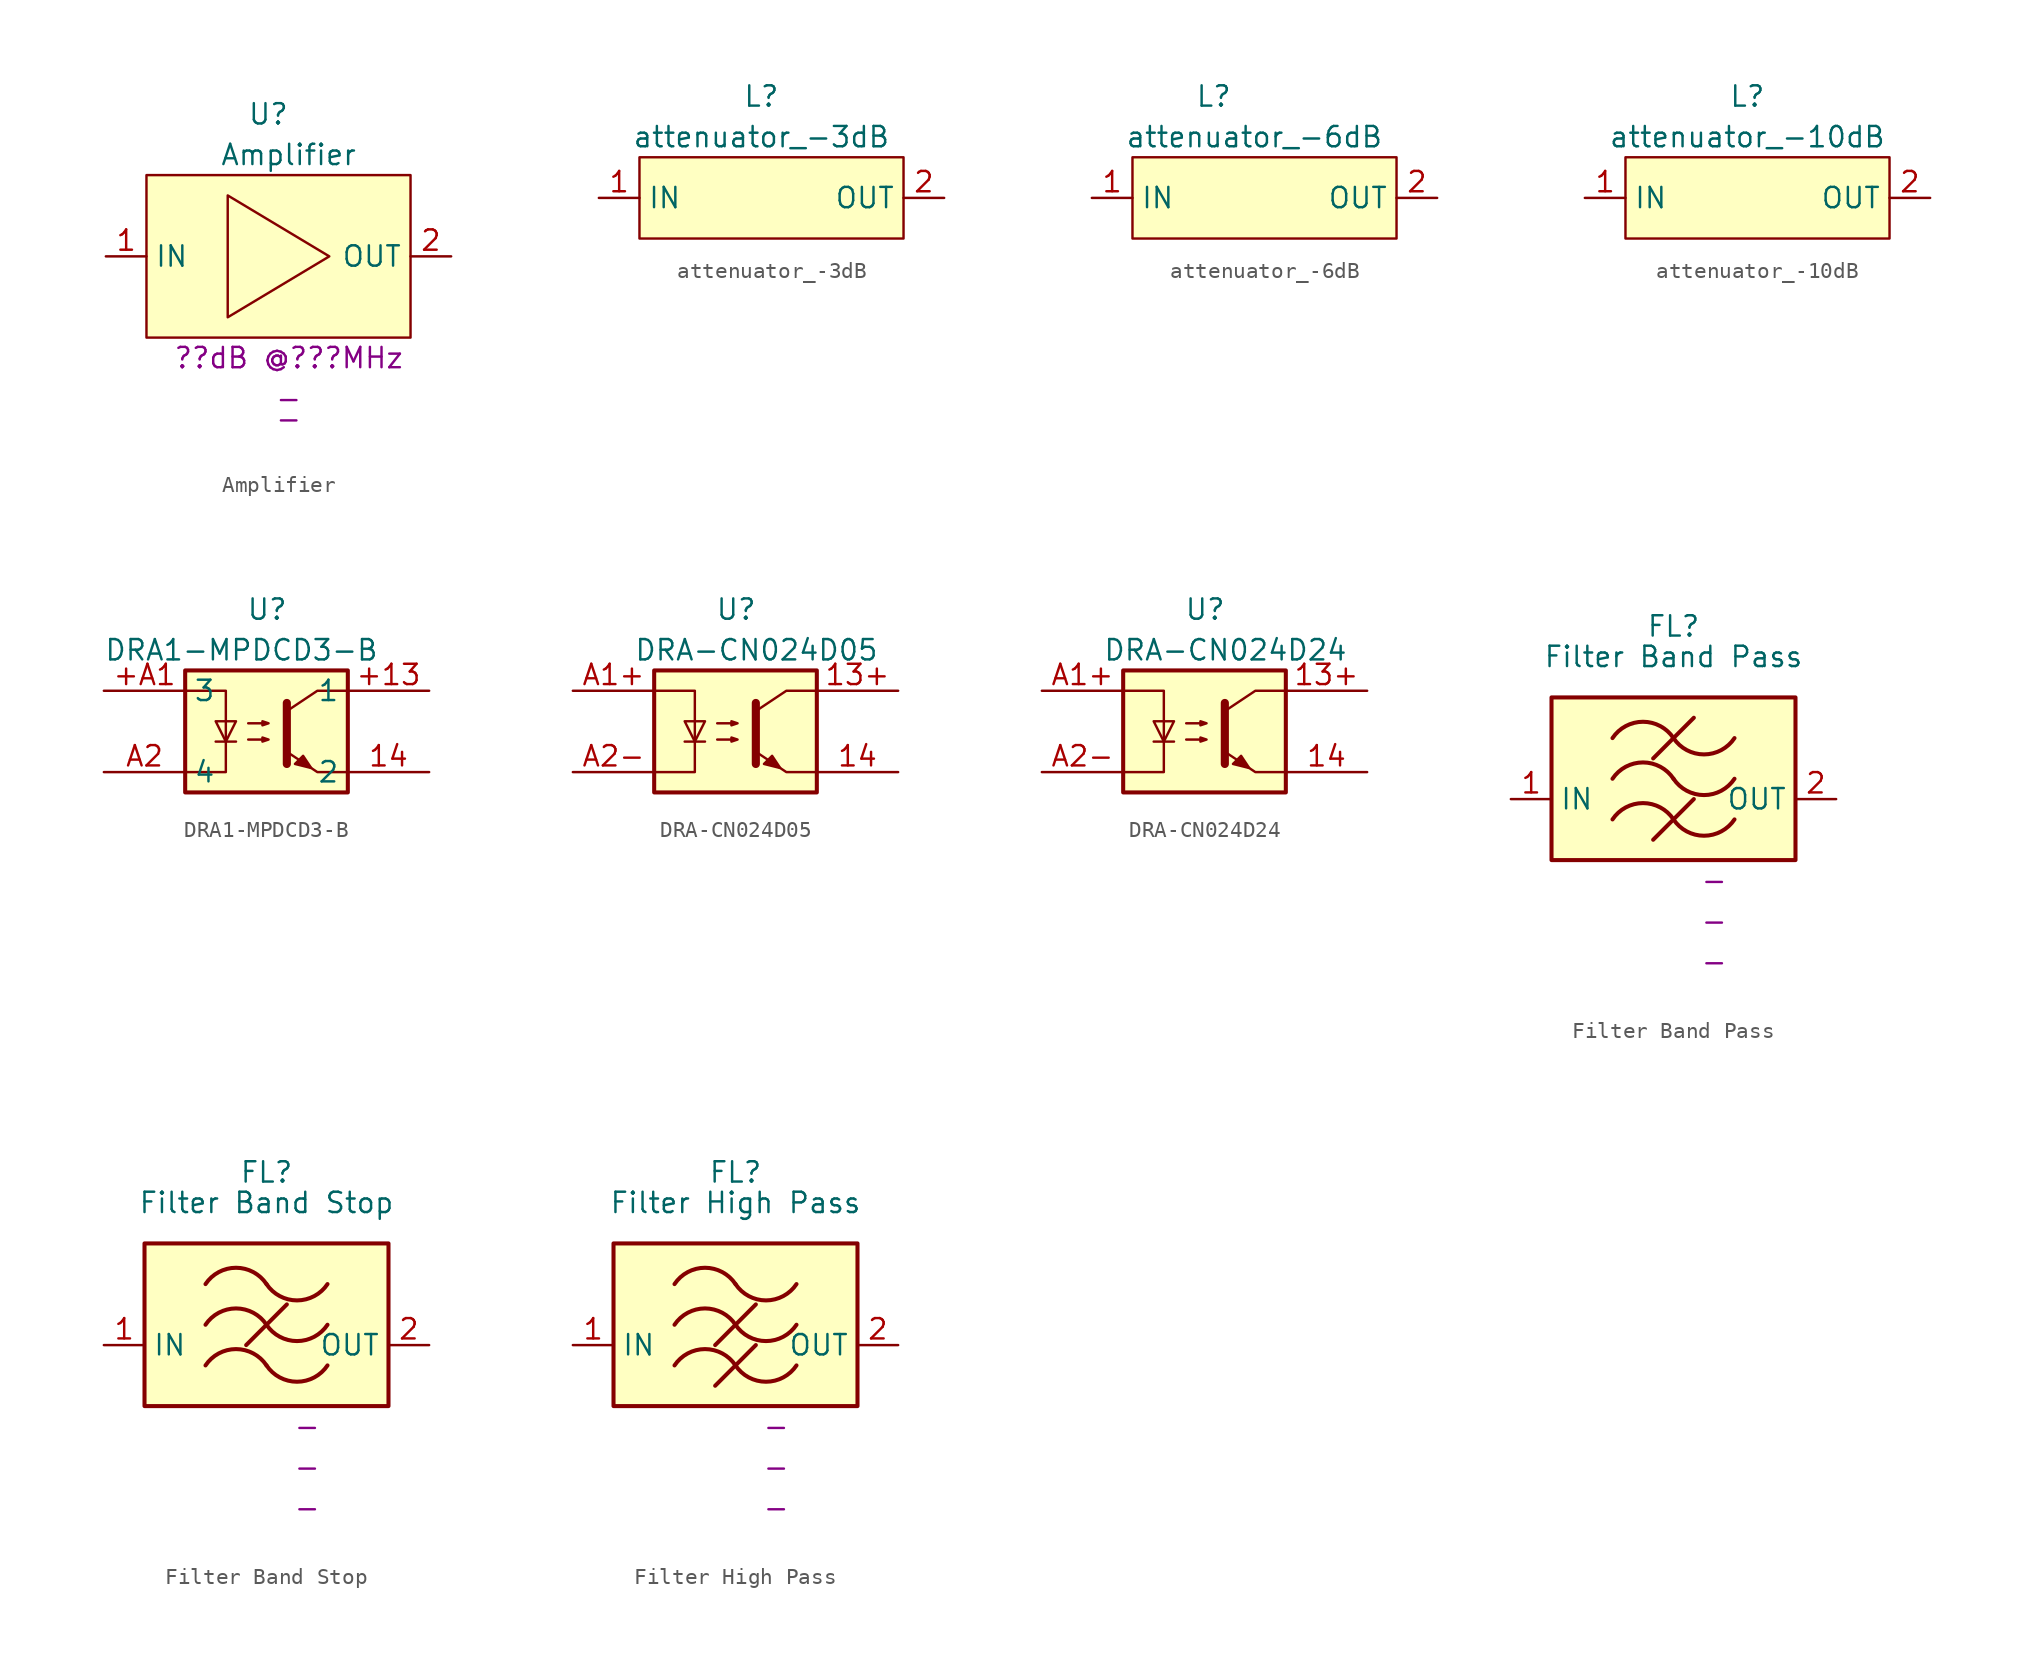
<source format=kicad_sym>
(kicad_symbol_lib
  (version 20231120)
  (generator "kicad_symbol_editor")
  (generator_version "8.0")
  (symbol "Amplifier"
    (property "Reference" "U"
      (at 10.16 8.89 0)
      (effects (font (size 1.27 1.27))))
    (property "Value" "Amplifier"
      (at 11.43 6.35 0)
      (effects (font (size 1.27 1.27))))
    (property "Gain" "??dB @???MHz"
      (at 11.43 -6.35 0)
      (effects (font (size 1.27 1.27))))
    (property "Manufacturer" "-"
      (at 11.43 -8.89 0)
      (effects (font (size 1.27 1.27))))
    (property "Manufacturer Ref" "-"
      (at 11.43 -10.16 0)
      (effects (font (size 1.27 1.27))))
    (symbol "Amplifier_0_1"
      (polyline (pts (xy 7.62 3.81) (xy 13.97 0) (xy 7.62 -3.81) (xy 7.62 3.81)) (stroke (width 0.152) (type default)) (fill (type none)))
      (rectangle (start 2.54 5.08) (end 19.05 -5.08) (stroke (width 0.152) (type default)) (fill (type background))))
    (symbol "Amplifier_1_1"
      (pin input line (at 0 0 0) (length 2.54) (name "IN" (effects (font (size 1.27 1.27)))) (number "1" (effects (font (size 1.27 1.27)))))
      (pin output line (at 21.59 0 180) (length 2.54) (name "OUT" (effects (font (size 1.27 1.27)))) (number "2" (effects (font (size 1.27 1.27)))))))
  (symbol "attenuator_-3dB"
    (property "Reference" "L"
      (at 10.16 6.35 0)
      (effects (font (size 1.27 1.27))))
    (property "Value" "attenuator_-3dB"
      (at 10.16 3.81 0)
      (effects (font (size 1.27 1.27))))
    (symbol "attenuator_-3dB_0_1"
      (rectangle (start 2.54 2.54) (end 19.05 -2.54) (stroke (width 0.152) (type default)) (fill (type background))))
    (symbol "attenuator_-3dB_1_1"
      (pin input line (at 0 0 0) (length 2.54) (name "IN" (effects (font (size 1.27 1.27)))) (number "1" (effects (font (size 1.27 1.27)))))
      (pin output line (at 21.59 0 180) (length 2.54) (name "OUT" (effects (font (size 1.27 1.27)))) (number "2" (effects (font (size 1.27 1.27)))))))
  (symbol "attenuator_-6dB"
    (property "Reference" "L"
      (at 7.62 6.35 0)
      (effects (font (size 1.27 1.27))))
    (property "Value" "attenuator_-6dB"
      (at 10.16 3.81 0)
      (effects (font (size 1.27 1.27))))
    (symbol "attenuator_-6dB_0_1"
      (rectangle (start 2.54 2.54) (end 19.05 -2.54) (stroke (width 0.152) (type default)) (fill (type background))))
    (symbol "attenuator_-6dB_1_1"
      (pin input line (at 0 0 0) (length 2.54) (name "IN" (effects (font (size 1.27 1.27)))) (number "1" (effects (font (size 1.27 1.27)))))
      (pin output line (at 21.59 0 180) (length 2.54) (name "OUT" (effects (font (size 1.27 1.27)))) (number "2" (effects (font (size 1.27 1.27)))))))
  (symbol "attenuator_-10dB"
    (property "Reference" "L"
      (at 10.16 6.35 0)
      (effects (font (size 1.27 1.27))))
    (property "Value" "attenuator_-10dB"
      (at 10.16 3.81 0)
      (effects (font (size 1.27 1.27))))
    (symbol "attenuator_-10dB_0_1"
      (rectangle (start 2.54 2.54) (end 19.05 -2.54) (stroke (width 0.152) (type default)) (fill (type background))))
    (symbol "attenuator_-10dB_1_1"
      (pin input line (at 0 0 0) (length 2.54) (name "IN" (effects (font (size 1.27 1.27)))) (number "1" (effects (font (size 1.27 1.27)))))
      (pin output line (at 21.59 0 180) (length 2.54) (name "OUT" (effects (font (size 1.27 1.27)))) (number "2" (effects (font (size 1.27 1.27)))))))
  (symbol "DRA1-MPDCD3-B"
    (property "Reference" "U"
      (at -1.27 7.62 0)
      (effects (font (size 1.27 1.27)) (justify left)))
    (property "Value" "DRA1-MPDCD3-B"
      (at -10.16 5.08 0)
      (effects (font (size 1.27 1.27)) (justify left)))
    (symbol "DRA1-MPDCD3-B_0_1"
      (rectangle (start -5.08 3.81) (end 5.08 -3.81) (stroke (width 0.254) (type default)) (fill (type background)))
      (polyline (pts (xy -3.175 -0.635) (xy -1.905 -0.635)) (stroke (width 0) (type default)) (fill (type none)))
      (polyline (pts (xy 1.27 1.778) (xy 1.27 -2.032) (xy 1.27 -2.032)) (stroke (width 0.508) (type default)) (fill (type none)))
      (polyline (pts (xy -5.08 2.54) (xy -2.54 2.54) (xy -2.54 -2.54) (xy -5.08 -2.54)) (stroke (width 0) (type default)) (fill (type none)))
      (polyline (pts (xy -2.54 -0.635) (xy -3.175 0.635) (xy -1.905 0.635) (xy -2.54 -0.635)) (stroke (width 0) (type default)) (fill (type none)))
      (polyline (pts (xy -1.143 -0.508) (xy 0.127 -0.508) (xy -0.254 -0.635) (xy -0.254 -0.381) (xy 0.127 -0.508)) (stroke (width 0) (type default)) (fill (type none)))
      (polyline (pts (xy -1.143 0.508) (xy 0.127 0.508) (xy -0.254 0.381) (xy -0.254 0.635) (xy 0.127 0.508)) (stroke (width 0) (type default)) (fill (type none)))
      (polyline (pts (xy 2.032 -1.778) (xy 2.286 -1.524) (xy 2.794 -2.286) (xy 1.778 -2.032) (xy 2.032 -1.778)) (stroke (width 0.152) (type default)) (fill (type outline)))
      (polyline (pts (xy 5.08 2.54) (xy 3.175 2.54) (xy 1.27 1.27) (xy 1.27 -1.27) (xy 3.175 -2.54) (xy 5.08 -2.54)) (stroke (width 0.152) (type default)) (fill (type none))))
    (symbol "DRA1-MPDCD3-B_1_1"
      (pin passive line (at 10.16 2.54 180) (length 5.08) (name "1" (effects (font (size 1.27 1.27)))) (number "+13" (effects (font (size 1.27 1.27)))))
      (pin passive line (at -10.16 2.54 0) (length 5.08) (name "3" (effects (font (size 1.27 1.27)))) (number "+A1" (effects (font (size 1.27 1.27)))))
      (pin passive line (at 10.16 -2.54 180) (length 5.08) (name "2" (effects (font (size 1.27 1.27)))) (number "14" (effects (font (size 1.27 1.27)))))
      (pin passive line (at -10.16 -2.54 0) (length 5.08) (name "4" (effects (font (size 1.27 1.27)))) (number "A2" (effects (font (size 1.27 1.27)))))))
  (symbol "DRA-CN024D05"
    (property "Reference" "U"
      (at -1.27 7.62 0)
      (effects (font (size 1.27 1.27)) (justify left)))
    (property "Value" "DRA-CN024D05"
      (at -6.35 5.08 0)
      (effects (font (size 1.27 1.27)) (justify left)))
    (symbol "DRA-CN024D05_0_1"
      (rectangle (start -5.08 3.81) (end 5.08 -3.81) (stroke (width 0.254) (type default)) (fill (type background)))
      (polyline (pts (xy -3.175 -0.635) (xy -1.905 -0.635)) (stroke (width 0) (type default)) (fill (type none)))
      (polyline (pts (xy 1.27 1.778) (xy 1.27 -2.032) (xy 1.27 -2.032)) (stroke (width 0.508) (type default)) (fill (type none)))
      (polyline (pts (xy -5.08 2.54) (xy -2.54 2.54) (xy -2.54 -2.54) (xy -5.08 -2.54)) (stroke (width 0) (type default)) (fill (type none)))
      (polyline (pts (xy -2.54 -0.635) (xy -3.175 0.635) (xy -1.905 0.635) (xy -2.54 -0.635)) (stroke (width 0) (type default)) (fill (type none)))
      (polyline (pts (xy -1.143 -0.508) (xy 0.127 -0.508) (xy -0.254 -0.635) (xy -0.254 -0.381) (xy 0.127 -0.508)) (stroke (width 0) (type default)) (fill (type none)))
      (polyline (pts (xy -1.143 0.508) (xy 0.127 0.508) (xy -0.254 0.381) (xy -0.254 0.635) (xy 0.127 0.508)) (stroke (width 0) (type default)) (fill (type none)))
      (polyline (pts (xy 2.032 -1.778) (xy 2.286 -1.524) (xy 2.794 -2.286) (xy 1.778 -2.032) (xy 2.032 -1.778)) (stroke (width 0.152) (type default)) (fill (type outline)))
      (polyline (pts (xy 5.08 2.54) (xy 3.175 2.54) (xy 1.27 1.27) (xy 1.27 -1.27) (xy 3.175 -2.54) (xy 5.08 -2.54)) (stroke (width 0.152) (type default)) (fill (type none))))
    (symbol "DRA-CN024D05_1_1"
      (pin passive line (at 10.16 2.54 180) (length 5.08) (name "~" (effects (font (size 1.27 1.27)))) (number "13+" (effects (font (size 1.27 1.27)))))
      (pin passive line (at 10.16 -2.54 180) (length 5.08) (name "~" (effects (font (size 1.27 1.27)))) (number "14" (effects (font (size 1.27 1.27)))))
      (pin passive line (at -10.16 2.54 0) (length 5.08) (name "~" (effects (font (size 1.27 1.27)))) (number "A1+" (effects (font (size 1.27 1.27)))))
      (pin passive line (at -10.16 -2.54 0) (length 5.08) (name "~" (effects (font (size 1.27 1.27)))) (number "A2-" (effects (font (size 1.27 1.27)))))))
  (symbol "DRA-CN024D24"
    (property "Reference" "U"
      (at -1.27 7.62 0)
      (effects (font (size 1.27 1.27)) (justify left)))
    (property "Value" "DRA-CN024D24"
      (at -6.35 5.08 0)
      (effects (font (size 1.27 1.27)) (justify left)))
    (symbol "DRA-CN024D24_0_1"
      (rectangle (start -5.08 3.81) (end 5.08 -3.81) (stroke (width 0.254) (type default)) (fill (type background)))
      (polyline (pts (xy -3.175 -0.635) (xy -1.905 -0.635)) (stroke (width 0) (type default)) (fill (type none)))
      (polyline (pts (xy 1.27 1.778) (xy 1.27 -2.032) (xy 1.27 -2.032)) (stroke (width 0.508) (type default)) (fill (type none)))
      (polyline (pts (xy -5.08 2.54) (xy -2.54 2.54) (xy -2.54 -2.54) (xy -5.08 -2.54)) (stroke (width 0) (type default)) (fill (type none)))
      (polyline (pts (xy -2.54 -0.635) (xy -3.175 0.635) (xy -1.905 0.635) (xy -2.54 -0.635)) (stroke (width 0) (type default)) (fill (type none)))
      (polyline (pts (xy -1.143 -0.508) (xy 0.127 -0.508) (xy -0.254 -0.635) (xy -0.254 -0.381) (xy 0.127 -0.508)) (stroke (width 0) (type default)) (fill (type none)))
      (polyline (pts (xy -1.143 0.508) (xy 0.127 0.508) (xy -0.254 0.381) (xy -0.254 0.635) (xy 0.127 0.508)) (stroke (width 0) (type default)) (fill (type none)))
      (polyline (pts (xy 2.032 -1.778) (xy 2.286 -1.524) (xy 2.794 -2.286) (xy 1.778 -2.032) (xy 2.032 -1.778)) (stroke (width 0.152) (type default)) (fill (type outline)))
      (polyline (pts (xy 5.08 2.54) (xy 3.175 2.54) (xy 1.27 1.27) (xy 1.27 -1.27) (xy 3.175 -2.54) (xy 5.08 -2.54)) (stroke (width 0.152) (type default)) (fill (type none))))
    (symbol "DRA-CN024D24_1_1"
      (pin passive line (at 10.16 2.54 180) (length 5.08) (name "~" (effects (font (size 1.27 1.27)))) (number "13+" (effects (font (size 1.27 1.27)))))
      (pin passive line (at 10.16 -2.54 180) (length 5.08) (name "~" (effects (font (size 1.27 1.27)))) (number "14" (effects (font (size 1.27 1.27)))))
      (pin passive line (at -10.16 2.54 0) (length 5.08) (name "~" (effects (font (size 1.27 1.27)))) (number "A1+" (effects (font (size 1.27 1.27)))))
      (pin passive line (at -10.16 -2.54 0) (length 5.08) (name "~" (effects (font (size 1.27 1.27)))) (number "A2-" (effects (font (size 1.27 1.27)))))))
  (symbol "Filter Band Pass"
    (property "Reference" "FL"
      (at 0 10.795 0)
      (effects (font (size 1.27 1.27))))
    (property "Value" "Filter Band Pass"
      (at 0 8.89 0)
      (effects (font (size 1.27 1.27))))
    (property "Passband" "-"
      (at 2.54 -5.08 0)
      (effects (font (size 1.27 1.27))))
    (property "Manufacturer" "-"
      (at 2.54 -7.62 0)
      (effects (font (size 1.27 1.27))))
    (property "Manufacturer ref" "-"
      (at 2.54 -10.16 0)
      (effects (font (size 1.27 1.27))))
    (symbol "Filter Band Pass_0_1"
      (rectangle (start -7.62 6.35) (end 7.62 -3.81) (stroke (width 0.254) (type default)) (fill (type background)))
      (arc (start 0 -1.27) (mid -1.905 -0.2505) (end -3.81 -1.27) (stroke (width 0.254) (type default)) (fill (type none)))
      (arc (start 0 -1.27) (mid 1.905 -2.2895) (end 3.81 -1.27) (stroke (width 0.254) (type default)) (fill (type none)))
      (polyline (pts (xy -1.27 -2.54) (xy 1.27 0)) (stroke (width 0.254) (type default)) (fill (type none)))
      (polyline (pts (xy -1.27 2.54) (xy 1.27 5.08)) (stroke (width 0.254) (type default)) (fill (type none)))
      (arc (start 0 1.27) (mid -1.905 2.2895) (end -3.81 1.27) (stroke (width 0.254) (type default)) (fill (type none)))
      (arc (start 0 1.27) (mid 1.905 0.2505) (end 3.81 1.27) (stroke (width 0.254) (type default)) (fill (type none)))
      (arc (start 0 3.81) (mid -1.905 4.8295) (end -3.81 3.81) (stroke (width 0.254) (type default)) (fill (type none)))
      (arc (start 0 3.81) (mid 1.905 2.7905) (end 3.81 3.81) (stroke (width 0.254) (type default)) (fill (type none))))
    (symbol "Filter Band Pass_1_1"
      (pin passive line (at -10.16 0 0) (length 2.54) (name "IN" (effects (font (size 1.27 1.27)))) (number "1" (effects (font (size 1.27 1.27)))))
      (pin passive line (at 10.16 0 180) (length 2.54) (name "OUT" (effects (font (size 1.27 1.27)))) (number "2" (effects (font (size 1.27 1.27)))))))
  (symbol "Filter Band Stop"
    (property "Reference" "FL"
      (at 0 10.795 0)
      (effects (font (size 1.27 1.27))))
    (property "Value" "Filter Band Stop"
      (at 0 8.89 0)
      (effects (font (size 1.27 1.27))))
    (property "Stopband" "-"
      (at 2.54 -5.08 0)
      (effects (font (size 1.27 1.27))))
    (property "Manufacturer" "-"
      (at 2.54 -7.62 0)
      (effects (font (size 1.27 1.27))))
    (property "Manufacturer ref" "-"
      (at 2.54 -10.16 0)
      (effects (font (size 1.27 1.27))))
    (symbol "Filter Band Stop_0_1"
      (rectangle (start -7.62 6.35) (end 7.62 -3.81) (stroke (width 0.254) (type default)) (fill (type background)))
      (arc (start 0 -1.27) (mid -1.905 -0.2505) (end -3.81 -1.27) (stroke (width 0.254) (type default)) (fill (type none)))
      (arc (start 0 -1.27) (mid 1.905 -2.2895) (end 3.81 -1.27) (stroke (width 0.254) (type default)) (fill (type none)))
      (polyline (pts (xy -1.27 0) (xy 1.27 2.54)) (stroke (width 0.254) (type default)) (fill (type none)))
      (arc (start 0 1.27) (mid -1.905 2.2895) (end -3.81 1.27) (stroke (width 0.254) (type default)) (fill (type none)))
      (arc (start 0 1.27) (mid 1.905 0.2505) (end 3.81 1.27) (stroke (width 0.254) (type default)) (fill (type none)))
      (arc (start 0 3.81) (mid -1.905 4.8295) (end -3.81 3.81) (stroke (width 0.254) (type default)) (fill (type none)))
      (arc (start 0 3.81) (mid 1.905 2.7905) (end 3.81 3.81) (stroke (width 0.254) (type default)) (fill (type none))))
    (symbol "Filter Band Stop_1_1"
      (pin passive line (at -10.16 0 0) (length 2.54) (name "IN" (effects (font (size 1.27 1.27)))) (number "1" (effects (font (size 1.27 1.27)))))
      (pin passive line (at 10.16 0 180) (length 2.54) (name "OUT" (effects (font (size 1.27 1.27)))) (number "2" (effects (font (size 1.27 1.27)))))))
  (symbol "Filter High Pass"
    (property "Reference" "FL"
      (at 0 10.795 0)
      (effects (font (size 1.27 1.27))))
    (property "Value" "Filter High Pass"
      (at 0 8.89 0)
      (effects (font (size 1.27 1.27))))
    (property "Stopband" "-"
      (at 2.54 -5.08 0)
      (effects (font (size 1.27 1.27))))
    (property "Manufacturer" "-"
      (at 2.54 -7.62 0)
      (effects (font (size 1.27 1.27))))
    (property "Manufacturer ref" "-"
      (at 2.54 -10.16 0)
      (effects (font (size 1.27 1.27))))
    (symbol "Filter High Pass_0_1"
      (rectangle (start -7.62 6.35) (end 7.62 -3.81) (stroke (width 0.254) (type default)) (fill (type background)))
      (arc (start 0 -1.27) (mid -1.905 -0.2505) (end -3.81 -1.27) (stroke (width 0.254) (type default)) (fill (type none)))
      (arc (start 0 -1.27) (mid 1.905 -2.2895) (end 3.81 -1.27) (stroke (width 0.254) (type default)) (fill (type none)))
      (polyline (pts (xy -1.27 -2.54) (xy 1.27 0)) (stroke (width 0.254) (type default)) (fill (type none)))
      (polyline (pts (xy -1.27 0) (xy 1.27 2.54)) (stroke (width 0.254) (type default)) (fill (type none)))
      (arc (start 0 1.27) (mid -1.905 2.2895) (end -3.81 1.27) (stroke (width 0.254) (type default)) (fill (type none)))
      (arc (start 0 1.27) (mid 1.905 0.2505) (end 3.81 1.27) (stroke (width 0.254) (type default)) (fill (type none)))
      (arc (start 0 3.81) (mid -1.905 4.8295) (end -3.81 3.81) (stroke (width 0.254) (type default)) (fill (type none)))
      (arc (start 0 3.81) (mid 1.905 2.7905) (end 3.81 3.81) (stroke (width 0.254) (type default)) (fill (type none))))
    (symbol "Filter High Pass_1_1"
      (pin passive line (at -10.16 0 0) (length 2.54) (name "IN" (effects (font (size 1.27 1.27)))) (number "1" (effects (font (size 1.27 1.27)))))
      (pin passive line (at 10.16 0 180) (length 2.54) (name "OUT" (effects (font (size 1.27 1.27)))) (number "2" (effects (font (size 1.27 1.27))))))))
</source>
